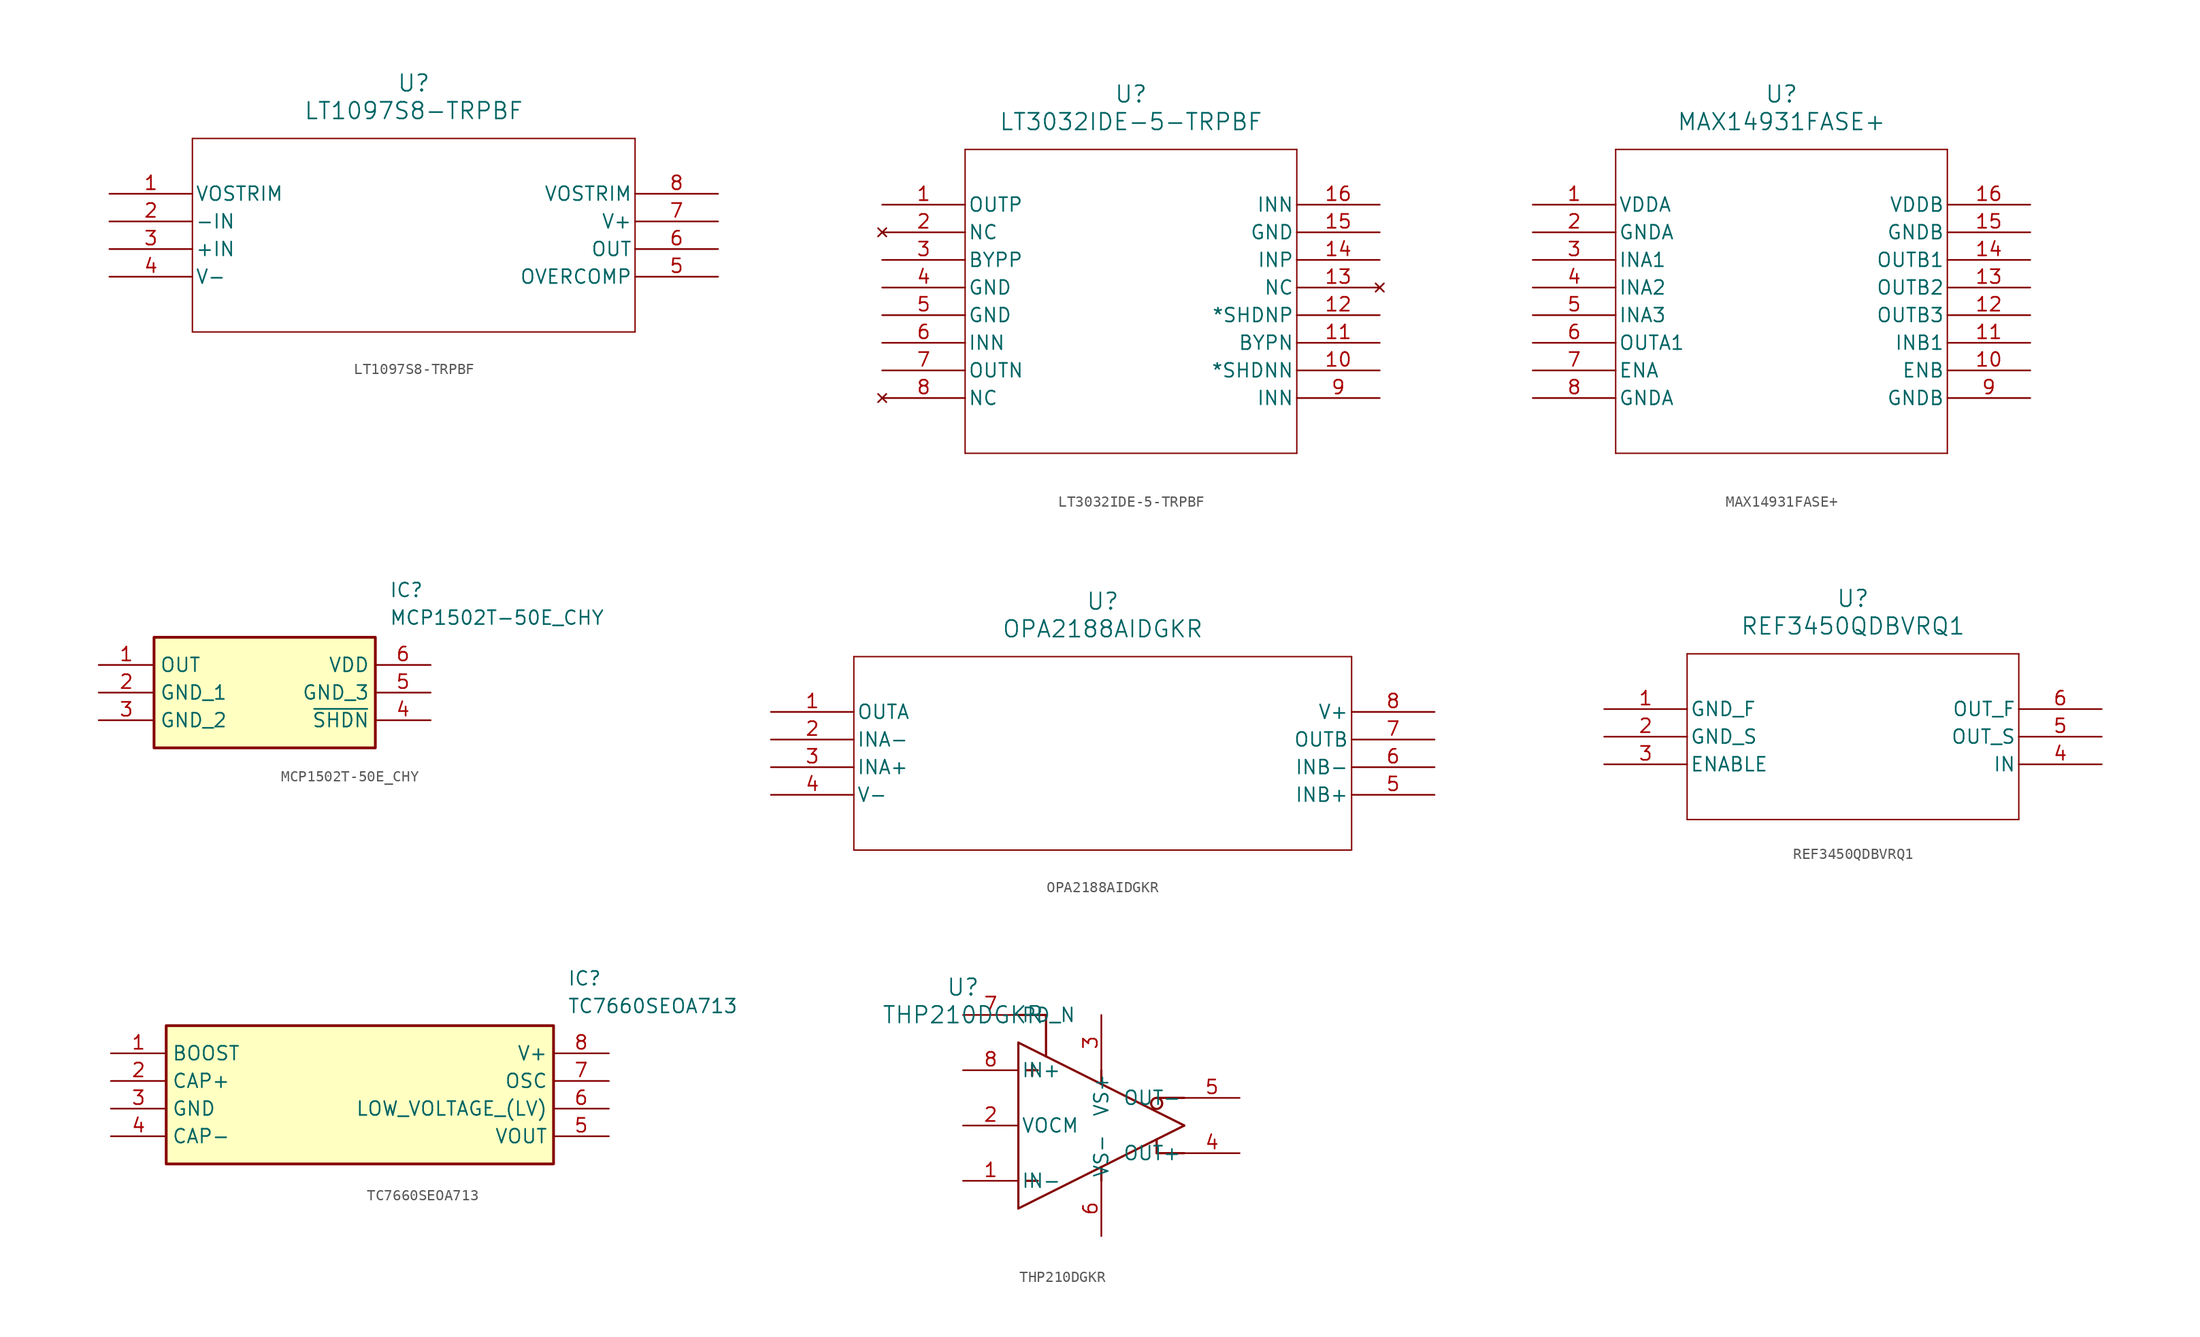
<source format=kicad_sym>
(kicad_symbol_lib
  (version 20231120)
  (generator "kicad_symbol_editor")
  (generator_version "8.0")
  (symbol "LT1097S8-TRPBF"
    (pin_names
      (offset 0.254))
    (property "Reference" "U"
      (at 27.94 10.16 0)
      (effects (font (size 1.524 1.524))))
    (property "Value" "LT1097S8-TRPBF"
      (at 27.94 7.62 0)
      (effects (font (size 1.524 1.524))))
    (property "ki_locked" ""
      (at 0 0 0)
      (effects (font (size 1.27 1.27))))
    (symbol "LT1097S8-TRPBF_0_1"
      (polyline (pts (xy 7.62 -12.7) (xy 48.26 -12.7)) (stroke (width 0.127) (type default)) (fill (type none)))
      (polyline (pts (xy 7.62 5.08) (xy 7.62 -12.7)) (stroke (width 0.127) (type default)) (fill (type none)))
      (polyline (pts (xy 48.26 -12.7) (xy 48.26 5.08)) (stroke (width 0.127) (type default)) (fill (type none)))
      (polyline (pts (xy 48.26 5.08) (xy 7.62 5.08)) (stroke (width 0.127) (type default)) (fill (type none)))
      (pin unspecified line (at 0 0 0) (length 7.62) (name "VOSTRIM" (effects (font (size 1.27 1.27)))) (number "1" (effects (font (size 1.27 1.27)))))
      (pin input line (at 0 -2.54 0) (length 7.62) (name "-IN" (effects (font (size 1.27 1.27)))) (number "2" (effects (font (size 1.27 1.27)))))
      (pin input line (at 0 -5.08 0) (length 7.62) (name "+IN" (effects (font (size 1.27 1.27)))) (number "3" (effects (font (size 1.27 1.27)))))
      (pin power_in line (at 0 -7.62 0) (length 7.62) (name "V-" (effects (font (size 1.27 1.27)))) (number "4" (effects (font (size 1.27 1.27)))))
      (pin unspecified line (at 55.88 -7.62 180) (length 7.62) (name "OVERCOMP" (effects (font (size 1.27 1.27)))) (number "5" (effects (font (size 1.27 1.27)))))
      (pin output line (at 55.88 -5.08 180) (length 7.62) (name "OUT" (effects (font (size 1.27 1.27)))) (number "6" (effects (font (size 1.27 1.27)))))
      (pin power_in line (at 55.88 -2.54 180) (length 7.62) (name "V+" (effects (font (size 1.27 1.27)))) (number "7" (effects (font (size 1.27 1.27)))))
      (pin unspecified line (at 55.88 0 180) (length 7.62) (name "VOSTRIM" (effects (font (size 1.27 1.27)))) (number "8" (effects (font (size 1.27 1.27)))))))
  (symbol "LT3032IDE-5-TRPBF"
    (pin_names
      (offset 0.254))
    (property "Reference" "U"
      (at 22.86 10.16 0)
      (effects (font (size 1.524 1.524))))
    (property "Value" "LT3032IDE-5-TRPBF"
      (at 22.86 7.62 0)
      (effects (font (size 1.524 1.524))))
    (symbol "LT3032IDE-5-TRPBF_0_1"
      (polyline (pts (xy 7.62 -22.86) (xy 38.1 -22.86)) (stroke (width 0.127) (type default)) (fill (type none)))
      (polyline (pts (xy 7.62 5.08) (xy 7.62 -22.86)) (stroke (width 0.127) (type default)) (fill (type none)))
      (polyline (pts (xy 38.1 -22.86) (xy 38.1 5.08)) (stroke (width 0.127) (type default)) (fill (type none)))
      (polyline (pts (xy 38.1 5.08) (xy 7.62 5.08)) (stroke (width 0.127) (type default)) (fill (type none)))
      (pin output line (at 0 0 0) (length 7.62) (name "OUTP" (effects (font (size 1.27 1.27)))) (number "1" (effects (font (size 1.27 1.27)))))
      (pin input line (at 45.72 -15.24 180) (length 7.62) (name "*SHDNN" (effects (font (size 1.27 1.27)))) (number "10" (effects (font (size 1.27 1.27)))))
      (pin unspecified line (at 45.72 -12.7 180) (length 7.62) (name "BYPN" (effects (font (size 1.27 1.27)))) (number "11" (effects (font (size 1.27 1.27)))))
      (pin input line (at 45.72 -10.16 180) (length 7.62) (name "*SHDNP" (effects (font (size 1.27 1.27)))) (number "12" (effects (font (size 1.27 1.27)))))
      (pin no_connect line (at 45.72 -7.62 180) (length 7.62) (name "NC" (effects (font (size 1.27 1.27)))) (number "13" (effects (font (size 1.27 1.27)))))
      (pin input line (at 45.72 -5.08 180) (length 7.62) (name "INP" (effects (font (size 1.27 1.27)))) (number "14" (effects (font (size 1.27 1.27)))))
      (pin power_out line (at 45.72 -2.54 180) (length 7.62) (name "GND" (effects (font (size 1.27 1.27)))) (number "15" (effects (font (size 1.27 1.27)))))
      (pin input line (at 45.72 0 180) (length 7.62) (name "INN" (effects (font (size 1.27 1.27)))) (number "16" (effects (font (size 1.27 1.27)))))
      (pin no_connect line (at 0 -2.54 0) (length 7.62) (name "NC" (effects (font (size 1.27 1.27)))) (number "2" (effects (font (size 1.27 1.27)))))
      (pin unspecified line (at 0 -5.08 0) (length 7.62) (name "BYPP" (effects (font (size 1.27 1.27)))) (number "3" (effects (font (size 1.27 1.27)))))
      (pin power_out line (at 0 -7.62 0) (length 7.62) (name "GND" (effects (font (size 1.27 1.27)))) (number "4" (effects (font (size 1.27 1.27)))))
      (pin power_out line (at 0 -10.16 0) (length 7.62) (name "GND" (effects (font (size 1.27 1.27)))) (number "5" (effects (font (size 1.27 1.27)))))
      (pin input line (at 0 -12.7 0) (length 7.62) (name "INN" (effects (font (size 1.27 1.27)))) (number "6" (effects (font (size 1.27 1.27)))))
      (pin output line (at 0 -15.24 0) (length 7.62) (name "OUTN" (effects (font (size 1.27 1.27)))) (number "7" (effects (font (size 1.27 1.27)))))
      (pin no_connect line (at 0 -17.78 0) (length 7.62) (name "NC" (effects (font (size 1.27 1.27)))) (number "8" (effects (font (size 1.27 1.27)))))
      (pin input line (at 45.72 -17.78 180) (length 7.62) (name "INN" (effects (font (size 1.27 1.27)))) (number "9" (effects (font (size 1.27 1.27)))))))
  (symbol "MAX14931FASE+"
    (pin_names
      (offset 0.254))
    (property "Reference" "U"
      (at 22.86 10.16 0)
      (effects (font (size 1.524 1.524))))
    (property "Value" "MAX14931FASE+"
      (at 22.86 7.62 0)
      (effects (font (size 1.524 1.524))))
    (property "ki_locked" ""
      (at 0 0 0)
      (effects (font (size 1.27 1.27))))
    (symbol "MAX14931FASE+_0_1"
      (polyline (pts (xy 7.62 -22.86) (xy 38.1 -22.86)) (stroke (width 0.127) (type default)) (fill (type none)))
      (polyline (pts (xy 7.62 5.08) (xy 7.62 -22.86)) (stroke (width 0.127) (type default)) (fill (type none)))
      (polyline (pts (xy 38.1 -22.86) (xy 38.1 5.08)) (stroke (width 0.127) (type default)) (fill (type none)))
      (polyline (pts (xy 38.1 5.08) (xy 7.62 5.08)) (stroke (width 0.127) (type default)) (fill (type none)))
      (pin power_in line (at 0 0 0) (length 7.62) (name "VDDA" (effects (font (size 1.27 1.27)))) (number "1" (effects (font (size 1.27 1.27)))))
      (pin unspecified line (at 45.72 -15.24 180) (length 7.62) (name "ENB" (effects (font (size 1.27 1.27)))) (number "10" (effects (font (size 1.27 1.27)))))
      (pin unspecified line (at 45.72 -12.7 180) (length 7.62) (name "INB1" (effects (font (size 1.27 1.27)))) (number "11" (effects (font (size 1.27 1.27)))))
      (pin output line (at 45.72 -10.16 180) (length 7.62) (name "OUTB3" (effects (font (size 1.27 1.27)))) (number "12" (effects (font (size 1.27 1.27)))))
      (pin output line (at 45.72 -7.62 180) (length 7.62) (name "OUTB2" (effects (font (size 1.27 1.27)))) (number "13" (effects (font (size 1.27 1.27)))))
      (pin output line (at 45.72 -5.08 180) (length 7.62) (name "OUTB1" (effects (font (size 1.27 1.27)))) (number "14" (effects (font (size 1.27 1.27)))))
      (pin power_out line (at 45.72 -2.54 180) (length 7.62) (name "GNDB" (effects (font (size 1.27 1.27)))) (number "15" (effects (font (size 1.27 1.27)))))
      (pin power_in line (at 45.72 0 180) (length 7.62) (name "VDDB" (effects (font (size 1.27 1.27)))) (number "16" (effects (font (size 1.27 1.27)))))
      (pin power_out line (at 0 -2.54 0) (length 7.62) (name "GNDA" (effects (font (size 1.27 1.27)))) (number "2" (effects (font (size 1.27 1.27)))))
      (pin bidirectional line (at 0 -5.08 0) (length 7.62) (name "INA1" (effects (font (size 1.27 1.27)))) (number "3" (effects (font (size 1.27 1.27)))))
      (pin bidirectional line (at 0 -7.62 0) (length 7.62) (name "INA2" (effects (font (size 1.27 1.27)))) (number "4" (effects (font (size 1.27 1.27)))))
      (pin bidirectional line (at 0 -10.16 0) (length 7.62) (name "INA3" (effects (font (size 1.27 1.27)))) (number "5" (effects (font (size 1.27 1.27)))))
      (pin output line (at 0 -12.7 0) (length 7.62) (name "OUTA1" (effects (font (size 1.27 1.27)))) (number "6" (effects (font (size 1.27 1.27)))))
      (pin unspecified line (at 0 -15.24 0) (length 7.62) (name "ENA" (effects (font (size 1.27 1.27)))) (number "7" (effects (font (size 1.27 1.27)))))
      (pin power_out line (at 0 -17.78 0) (length 7.62) (name "GNDA" (effects (font (size 1.27 1.27)))) (number "8" (effects (font (size 1.27 1.27)))))
      (pin power_out line (at 45.72 -17.78 180) (length 7.62) (name "GNDB" (effects (font (size 1.27 1.27)))) (number "9" (effects (font (size 1.27 1.27)))))))
  (symbol "MCP1502T-50E_CHY"
    (property "Reference" "IC"
      (at 26.67 7.62 0)
      (effects (font (size 1.27 1.27)) (justify left top)))
    (property "Value" "MCP1502T-50E_CHY"
      (at 26.67 5.08 0)
      (effects (font (size 1.27 1.27)) (justify left top)))
    (symbol "MCP1502T-50E_CHY_1_1"
      (rectangle (start 5.08 2.54) (end 25.4 -7.62) (stroke (width 0.254) (type default)) (fill (type background)))
      (pin passive line (at 0 0 0) (length 5.08) (name "OUT" (effects (font (size 1.27 1.27)))) (number "1" (effects (font (size 1.27 1.27)))))
      (pin passive line (at 0 -2.54 0) (length 5.08) (name "GND_1" (effects (font (size 1.27 1.27)))) (number "2" (effects (font (size 1.27 1.27)))))
      (pin passive line (at 0 -5.08 0) (length 5.08) (name "GND_2" (effects (font (size 1.27 1.27)))) (number "3" (effects (font (size 1.27 1.27)))))
      (pin passive line (at 30.48 -5.08 180) (length 5.08) (name "~{SHDN}" (effects (font (size 1.27 1.27)))) (number "4" (effects (font (size 1.27 1.27)))))
      (pin passive line (at 30.48 -2.54 180) (length 5.08) (name "GND_3" (effects (font (size 1.27 1.27)))) (number "5" (effects (font (size 1.27 1.27)))))
      (pin passive line (at 30.48 0 180) (length 5.08) (name "VDD" (effects (font (size 1.27 1.27)))) (number "6" (effects (font (size 1.27 1.27)))))))
  (symbol "OPA2188AIDGKR"
    (pin_names
      (offset 0.254))
    (property "Reference" "U"
      (at 30.48 10.16 0)
      (effects (font (size 1.524 1.524))))
    (property "Value" "OPA2188AIDGKR"
      (at 30.48 7.62 0)
      (effects (font (size 1.524 1.524))))
    (property "ki_locked" ""
      (at 0 0 0)
      (effects (font (size 1.27 1.27))))
    (symbol "OPA2188AIDGKR_0_1"
      (polyline (pts (xy 7.62 -12.7) (xy 53.34 -12.7)) (stroke (width 0.127) (type default)) (fill (type none)))
      (polyline (pts (xy 7.62 5.08) (xy 7.62 -12.7)) (stroke (width 0.127) (type default)) (fill (type none)))
      (polyline (pts (xy 53.34 -12.7) (xy 53.34 5.08)) (stroke (width 0.127) (type default)) (fill (type none)))
      (polyline (pts (xy 53.34 5.08) (xy 7.62 5.08)) (stroke (width 0.127) (type default)) (fill (type none)))
      (pin output line (at 0 0 0) (length 7.62) (name "OUTA" (effects (font (size 1.27 1.27)))) (number "1" (effects (font (size 1.27 1.27)))))
      (pin input line (at 0 -2.54 0) (length 7.62) (name "INA-" (effects (font (size 1.27 1.27)))) (number "2" (effects (font (size 1.27 1.27)))))
      (pin input line (at 0 -5.08 0) (length 7.62) (name "INA+" (effects (font (size 1.27 1.27)))) (number "3" (effects (font (size 1.27 1.27)))))
      (pin power_in line (at 0 -7.62 0) (length 7.62) (name "V-" (effects (font (size 1.27 1.27)))) (number "4" (effects (font (size 1.27 1.27)))))
      (pin input line (at 60.96 -7.62 180) (length 7.62) (name "INB+" (effects (font (size 1.27 1.27)))) (number "5" (effects (font (size 1.27 1.27)))))
      (pin input line (at 60.96 -5.08 180) (length 7.62) (name "INB-" (effects (font (size 1.27 1.27)))) (number "6" (effects (font (size 1.27 1.27)))))
      (pin output line (at 60.96 -2.54 180) (length 7.62) (name "OUTB" (effects (font (size 1.27 1.27)))) (number "7" (effects (font (size 1.27 1.27)))))
      (pin power_in line (at 60.96 0 180) (length 7.62) (name "V+" (effects (font (size 1.27 1.27)))) (number "8" (effects (font (size 1.27 1.27)))))))
  (symbol "REF3450QDBVRQ1"
    (pin_names
      (offset 0.254))
    (property "Reference" "U"
      (at 22.86 10.16 0)
      (effects (font (size 1.524 1.524))))
    (property "Value" "REF3450QDBVRQ1"
      (at 22.86 7.62 0)
      (effects (font (size 1.524 1.524))))
    (property "ki_locked" ""
      (at 0 0 0)
      (effects (font (size 1.27 1.27))))
    (symbol "REF3450QDBVRQ1_0_1"
      (polyline (pts (xy 7.62 -10.16) (xy 38.1 -10.16)) (stroke (width 0.127) (type default)) (fill (type none)))
      (polyline (pts (xy 7.62 5.08) (xy 7.62 -10.16)) (stroke (width 0.127) (type default)) (fill (type none)))
      (polyline (pts (xy 38.1 -10.16) (xy 38.1 5.08)) (stroke (width 0.127) (type default)) (fill (type none)))
      (polyline (pts (xy 38.1 5.08) (xy 7.62 5.08)) (stroke (width 0.127) (type default)) (fill (type none)))
      (pin power_out line (at 0 0 0) (length 7.62) (name "GND_F" (effects (font (size 1.27 1.27)))) (number "1" (effects (font (size 1.27 1.27)))))
      (pin power_out line (at 0 -2.54 0) (length 7.62) (name "GND_S" (effects (font (size 1.27 1.27)))) (number "2" (effects (font (size 1.27 1.27)))))
      (pin input line (at 0 -5.08 0) (length 7.62) (name "ENABLE" (effects (font (size 1.27 1.27)))) (number "3" (effects (font (size 1.27 1.27)))))
      (pin power_in line (at 45.72 -5.08 180) (length 7.62) (name "IN" (effects (font (size 1.27 1.27)))) (number "4" (effects (font (size 1.27 1.27)))))
      (pin output line (at 45.72 -2.54 180) (length 7.62) (name "OUT_S" (effects (font (size 1.27 1.27)))) (number "5" (effects (font (size 1.27 1.27)))))
      (pin output line (at 45.72 0 180) (length 7.62) (name "OUT_F" (effects (font (size 1.27 1.27)))) (number "6" (effects (font (size 1.27 1.27)))))))
  (symbol "TC7660SEOA713"
    (property "Reference" "IC"
      (at 41.91 7.62 0)
      (effects (font (size 1.27 1.27)) (justify left top)))
    (property "Value" "TC7660SEOA713"
      (at 41.91 5.08 0)
      (effects (font (size 1.27 1.27)) (justify left top)))
    (symbol "TC7660SEOA713_1_1"
      (rectangle (start 5.08 2.54) (end 40.64 -10.16) (stroke (width 0.254) (type default)) (fill (type background)))
      (pin passive line (at 0 0 0) (length 5.08) (name "BOOST" (effects (font (size 1.27 1.27)))) (number "1" (effects (font (size 1.27 1.27)))))
      (pin passive line (at 0 -2.54 0) (length 5.08) (name "CAP+" (effects (font (size 1.27 1.27)))) (number "2" (effects (font (size 1.27 1.27)))))
      (pin passive line (at 0 -5.08 0) (length 5.08) (name "GND" (effects (font (size 1.27 1.27)))) (number "3" (effects (font (size 1.27 1.27)))))
      (pin passive line (at 0 -7.62 0) (length 5.08) (name "CAP-" (effects (font (size 1.27 1.27)))) (number "4" (effects (font (size 1.27 1.27)))))
      (pin passive line (at 45.72 -7.62 180) (length 5.08) (name "VOUT" (effects (font (size 1.27 1.27)))) (number "5" (effects (font (size 1.27 1.27)))))
      (pin passive line (at 45.72 -5.08 180) (length 5.08) (name "LOW_VOLTAGE_(LV)" (effects (font (size 1.27 1.27)))) (number "6" (effects (font (size 1.27 1.27)))))
      (pin passive line (at 45.72 -2.54 180) (length 5.08) (name "OSC" (effects (font (size 1.27 1.27)))) (number "7" (effects (font (size 1.27 1.27)))))
      (pin passive line (at 45.72 0 180) (length 5.08) (name "V+" (effects (font (size 1.27 1.27)))) (number "8" (effects (font (size 1.27 1.27)))))))
  (symbol "THP210DGKR"
    (pin_names
      (offset 0.254))
    (property "Reference" "U"
      (at 0 2.54 0)
      (effects (font (size 1.524 1.524))))
    (property "Value" "THP210DGKR"
      (at 0 0 0)
      (effects (font (size 1.524 1.524))))
    (symbol "THP210DGKR_0_1"
      (polyline (pts (xy 5.08 -2.54) (xy 5.08 -17.78)) (stroke (width 0.203) (type default)) (fill (type none)))
      (polyline (pts (xy 5.08 -2.54) (xy 20.32 -10.16)) (stroke (width 0.203) (type default)) (fill (type none)))
      (polyline (pts (xy 5.842 -15.24) (xy 6.858 -15.24)) (stroke (width 0.203) (type default)) (fill (type none)))
      (polyline (pts (xy 5.842 -5.08) (xy 6.858 -5.08)) (stroke (width 0.203) (type default)) (fill (type none)))
      (polyline (pts (xy 6.35 -4.572) (xy 6.35 -5.588)) (stroke (width 0.203) (type default)) (fill (type none)))
      (polyline (pts (xy 7.62 0) (xy 5.08 0)) (stroke (width 0.203) (type default)) (fill (type none)))
      (polyline (pts (xy 7.62 0) (xy 7.62 -3.81)) (stroke (width 0.203) (type default)) (fill (type none)))
      (polyline (pts (xy 12.7 -13.97) (xy 12.7 -15.24)) (stroke (width 0.203) (type default)) (fill (type none)))
      (polyline (pts (xy 12.7 -6.35) (xy 12.7 -5.08)) (stroke (width 0.203) (type default)) (fill (type none)))
      (polyline (pts (xy 17.78 -12.7) (xy 17.78 -11.43)) (stroke (width 0.203) (type default)) (fill (type none)))
      (polyline (pts (xy 17.78 -12.7) (xy 20.32 -12.7)) (stroke (width 0.203) (type default)) (fill (type none)))
      (polyline (pts (xy 17.78 -7.62) (xy 20.32 -7.62)) (stroke (width 0.203) (type default)) (fill (type none)))
      (polyline (pts (xy 20.32 -10.16) (xy 5.08 -17.78)) (stroke (width 0.203) (type default)) (fill (type none)))
      (circle (center 17.78 -8.128) (radius 0.508) (stroke (width 0.203) (type default)) (fill (type none)))
      (pin tri_state line (at 0 -15.24 0) (length 5.08) (name "IN-" (effects (font (size 1.27 1.27)))) (number "1" (effects (font (size 1.27 1.27)))))
      (pin unspecified line (at 0 -10.16 0) (length 5.08) (name "VOCM" (effects (font (size 1.27 1.27)))) (number "2" (effects (font (size 1.27 1.27)))))
      (pin power_in line (at 12.7 0 270) (length 5.08) (name "VS+" (effects (font (size 1.27 1.27)))) (number "3" (effects (font (size 1.27 1.27)))))
      (pin unspecified line (at 25.4 -12.7 180) (length 5.08) (name "OUT+" (effects (font (size 1.27 1.27)))) (number "4" (effects (font (size 1.27 1.27)))))
      (pin unspecified line (at 25.4 -7.62 180) (length 5.08) (name "OUT-" (effects (font (size 1.27 1.27)))) (number "5" (effects (font (size 1.27 1.27)))))
      (pin power_in line (at 12.7 -20.32 90) (length 5.08) (name "VS-" (effects (font (size 1.27 1.27)))) (number "6" (effects (font (size 1.27 1.27)))))
      (pin input line (at 0 0 0) (length 5.08) (name "PD_N" (effects (font (size 1.27 1.27)))) (number "7" (effects (font (size 1.27 1.27)))))
      (pin tri_state line (at 0 -5.08 0) (length 5.08) (name "IN+" (effects (font (size 1.27 1.27)))) (number "8" (effects (font (size 1.27 1.27))))))))
</source>
